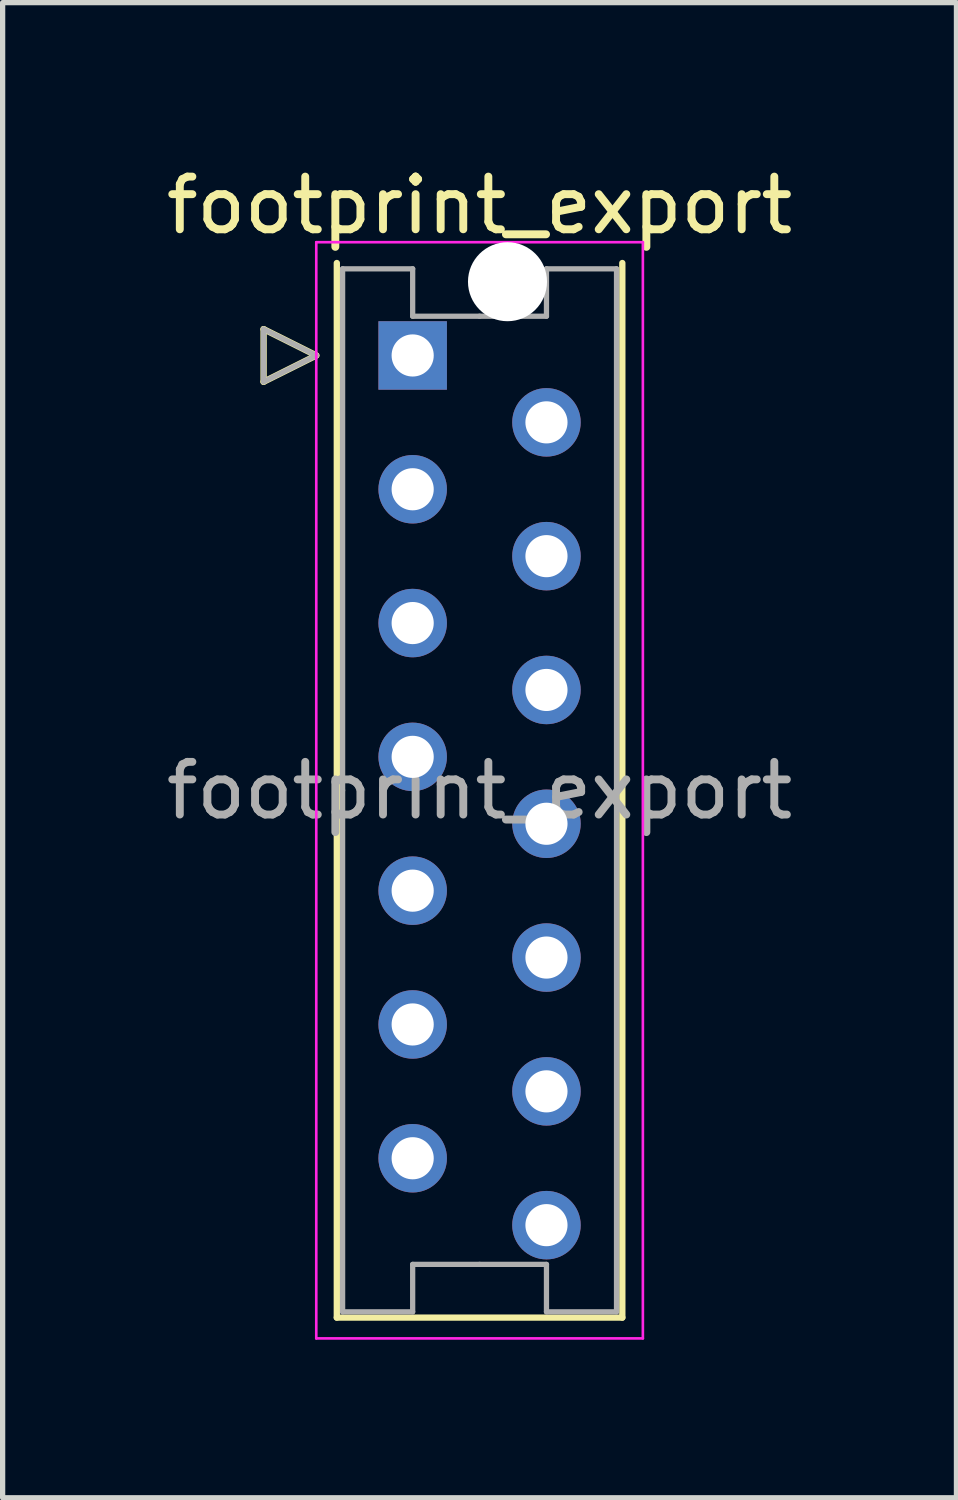
<source format=kicad_pcb>
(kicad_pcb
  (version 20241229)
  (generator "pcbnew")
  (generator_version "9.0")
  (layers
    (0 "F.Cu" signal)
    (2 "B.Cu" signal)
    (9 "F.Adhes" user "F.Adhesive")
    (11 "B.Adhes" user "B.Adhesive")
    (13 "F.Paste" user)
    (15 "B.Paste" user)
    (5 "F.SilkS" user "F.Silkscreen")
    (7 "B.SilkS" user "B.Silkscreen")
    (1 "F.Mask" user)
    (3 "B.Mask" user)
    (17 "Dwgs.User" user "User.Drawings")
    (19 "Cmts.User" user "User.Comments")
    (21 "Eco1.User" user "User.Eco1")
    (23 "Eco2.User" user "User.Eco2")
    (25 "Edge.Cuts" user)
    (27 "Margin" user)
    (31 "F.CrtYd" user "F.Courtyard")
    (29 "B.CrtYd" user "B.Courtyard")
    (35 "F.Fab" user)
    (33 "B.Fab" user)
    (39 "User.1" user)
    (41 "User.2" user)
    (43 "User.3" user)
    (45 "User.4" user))
  (footprint "footprint_export"
    (layer "F.Cu")
    (at 4.784 3.698)
    (property "Reference" "footprint_export" (at 1.27 -2.85 0) (layer "F.SilkS") (effects (font (size 1 1) (thickness 0.15))))
    (attr through_hole)
    (fp_line (start -2.83 -0.5) (end -1.83 0) (stroke (width 0.12) (type solid)) (layer "F.SilkS"))
    (fp_line (start -2.83 0.5) (end -2.83 -0.5) (stroke (width 0.12) (type solid)) (layer "F.SilkS"))
    (fp_line (start -1.83 0) (end -2.83 0.5) (stroke (width 0.12) (type solid)) (layer "F.SilkS"))
    (fp_line (start -1.44 -1.755) (end -1.44 18.265) (stroke (width 0.12) (type solid)) (layer "F.SilkS"))
    (fp_line (start -1.44 18.265) (end 3.98 18.265) (stroke (width 0.12) (type solid)) (layer "F.SilkS"))
    (fp_line (start 3.98 18.265) (end 3.98 -1.755) (stroke (width 0.12) (type solid)) (layer "F.SilkS"))
    (fp_line (start -1.83 -2.15) (end -1.83 18.66) (stroke (width 0.05) (type solid)) (layer "F.CrtYd"))
    (fp_line (start -1.83 18.66) (end 4.37 18.66) (stroke (width 0.05) (type solid)) (layer "F.CrtYd"))
    (fp_line (start 4.37 -2.15) (end -1.83 -2.15) (stroke (width 0.05) (type solid)) (layer "F.CrtYd"))
    (fp_line (start 4.37 18.66) (end 4.37 -2.15) (stroke (width 0.05) (type solid)) (layer "F.CrtYd"))
    (fp_line (start -2.83 -0.5) (end -1.83 0) (stroke (width 0.1) (type solid)) (layer "F.Fab"))
    (fp_line (start -2.83 0.5) (end -2.83 -0.5) (stroke (width 0.1) (type solid)) (layer "F.Fab"))
    (fp_line (start -1.83 0) (end -2.83 0.5) (stroke (width 0.1) (type solid)) (layer "F.Fab"))
    (fp_line (start -1.33 -1.645) (end -1.33 8.255) (stroke (width 0.1) (type solid)) (layer "F.Fab"))
    (fp_line (start -1.33 18.155) (end -1.33 8.255) (stroke (width 0.1) (type solid)) (layer "F.Fab"))
    (fp_line (start 0 -1.645) (end -1.33 -1.645) (stroke (width 0.1) (type solid)) (layer "F.Fab"))
    (fp_line (start 0 -0.745) (end 0 -1.645) (stroke (width 0.1) (type solid)) (layer "F.Fab"))
    (fp_line (start 0 17.255) (end 0 18.155) (stroke (width 0.1) (type solid)) (layer "F.Fab"))
    (fp_line (start 0 18.155) (end -1.33 18.155) (stroke (width 0.1) (type solid)) (layer "F.Fab"))
    (fp_line (start 1.27 -0.745) (end 0 -0.745) (stroke (width 0.1) (type solid)) (layer "F.Fab"))
    (fp_line (start 1.27 -0.745) (end 2.54 -0.745) (stroke (width 0.1) (type solid)) (layer "F.Fab"))
    (fp_line (start 1.27 17.255) (end 0 17.255) (stroke (width 0.1) (type solid)) (layer "F.Fab"))
    (fp_line (start 1.27 17.255) (end 2.54 17.255) (stroke (width 0.1) (type solid)) (layer "F.Fab"))
    (fp_line (start 2.54 -1.645) (end 3.87 -1.645) (stroke (width 0.1) (type solid)) (layer "F.Fab"))
    (fp_line (start 2.54 -0.745) (end 2.54 -1.645) (stroke (width 0.1) (type solid)) (layer "F.Fab"))
    (fp_line (start 2.54 17.255) (end 2.54 18.155) (stroke (width 0.1) (type solid)) (layer "F.Fab"))
    (fp_line (start 2.54 18.155) (end 3.87 18.155) (stroke (width 0.1) (type solid)) (layer "F.Fab"))
    (fp_line (start 3.87 -1.645) (end 3.87 8.255) (stroke (width 0.1) (type solid)) (layer "F.Fab"))
    (fp_line (start 3.87 18.155) (end 3.87 8.255) (stroke (width 0.1) (type solid)) (layer "F.Fab"))
    (fp_text user "${REFERENCE}" (at 1.27 8.26 0) (layer "F.Fab") (effects (font (size 1 1) (thickness 0.15))))
    (pad "" np_thru_hole circle (at 1.8 -1.4) (size 1.5 1.5) (drill 1.5) (layers "*.Cu" "*.Mask"))
    (pad "1" thru_hole rect (at 0 0) (size 1.3 1.3) (drill 0.8) (layers "*.Cu" "*.Mask"))
    (pad "2" thru_hole circle (at 2.54 1.27) (size 1.3 1.3) (drill 0.8) (layers "*.Cu" "*.Mask"))
    (pad "3" thru_hole circle (at 0 2.54) (size 1.3 1.3) (drill 0.8) (layers "*.Cu" "*.Mask"))
    (pad "4" thru_hole circle (at 2.54 3.81) (size 1.3 1.3) (drill 0.8) (layers "*.Cu" "*.Mask"))
    (pad "5" thru_hole circle (at 0 5.08) (size 1.3 1.3) (drill 0.8) (layers "*.Cu" "*.Mask"))
    (pad "6" thru_hole circle (at 2.54 6.35) (size 1.3 1.3) (drill 0.8) (layers "*.Cu" "*.Mask"))
    (pad "7" thru_hole circle (at 0 7.62) (size 1.3 1.3) (drill 0.8) (layers "*.Cu" "*.Mask"))
    (pad "8" thru_hole circle (at 2.54 8.89) (size 1.3 1.3) (drill 0.8) (layers "*.Cu" "*.Mask"))
    (pad "9" thru_hole circle (at 0 10.16) (size 1.3 1.3) (drill 0.8) (layers "*.Cu" "*.Mask"))
    (pad "10" thru_hole circle (at 2.54 11.43) (size 1.3 1.3) (drill 0.8) (layers "*.Cu" "*.Mask"))
    (pad "11" thru_hole circle (at 0 12.7) (size 1.3 1.3) (drill 0.8) (layers "*.Cu" "*.Mask"))
    (pad "12" thru_hole circle (at 2.54 13.97) (size 1.3 1.3) (drill 0.8) (layers "*.Cu" "*.Mask"))
    (pad "13" thru_hole circle (at 0 15.24) (size 1.3 1.3) (drill 0.8) (layers "*.Cu" "*.Mask"))
    (pad "14" thru_hole circle (at 2.54 16.51) (size 1.3 1.3) (drill 0.8) (layers "*.Cu" "*.Mask")))
  (gr_rect
    (start -3 -3)
    (end 15.107 25.383)
    (stroke (width 0.1) (type default))
    (fill no)
    (layer "Edge.Cuts")))
</source>
